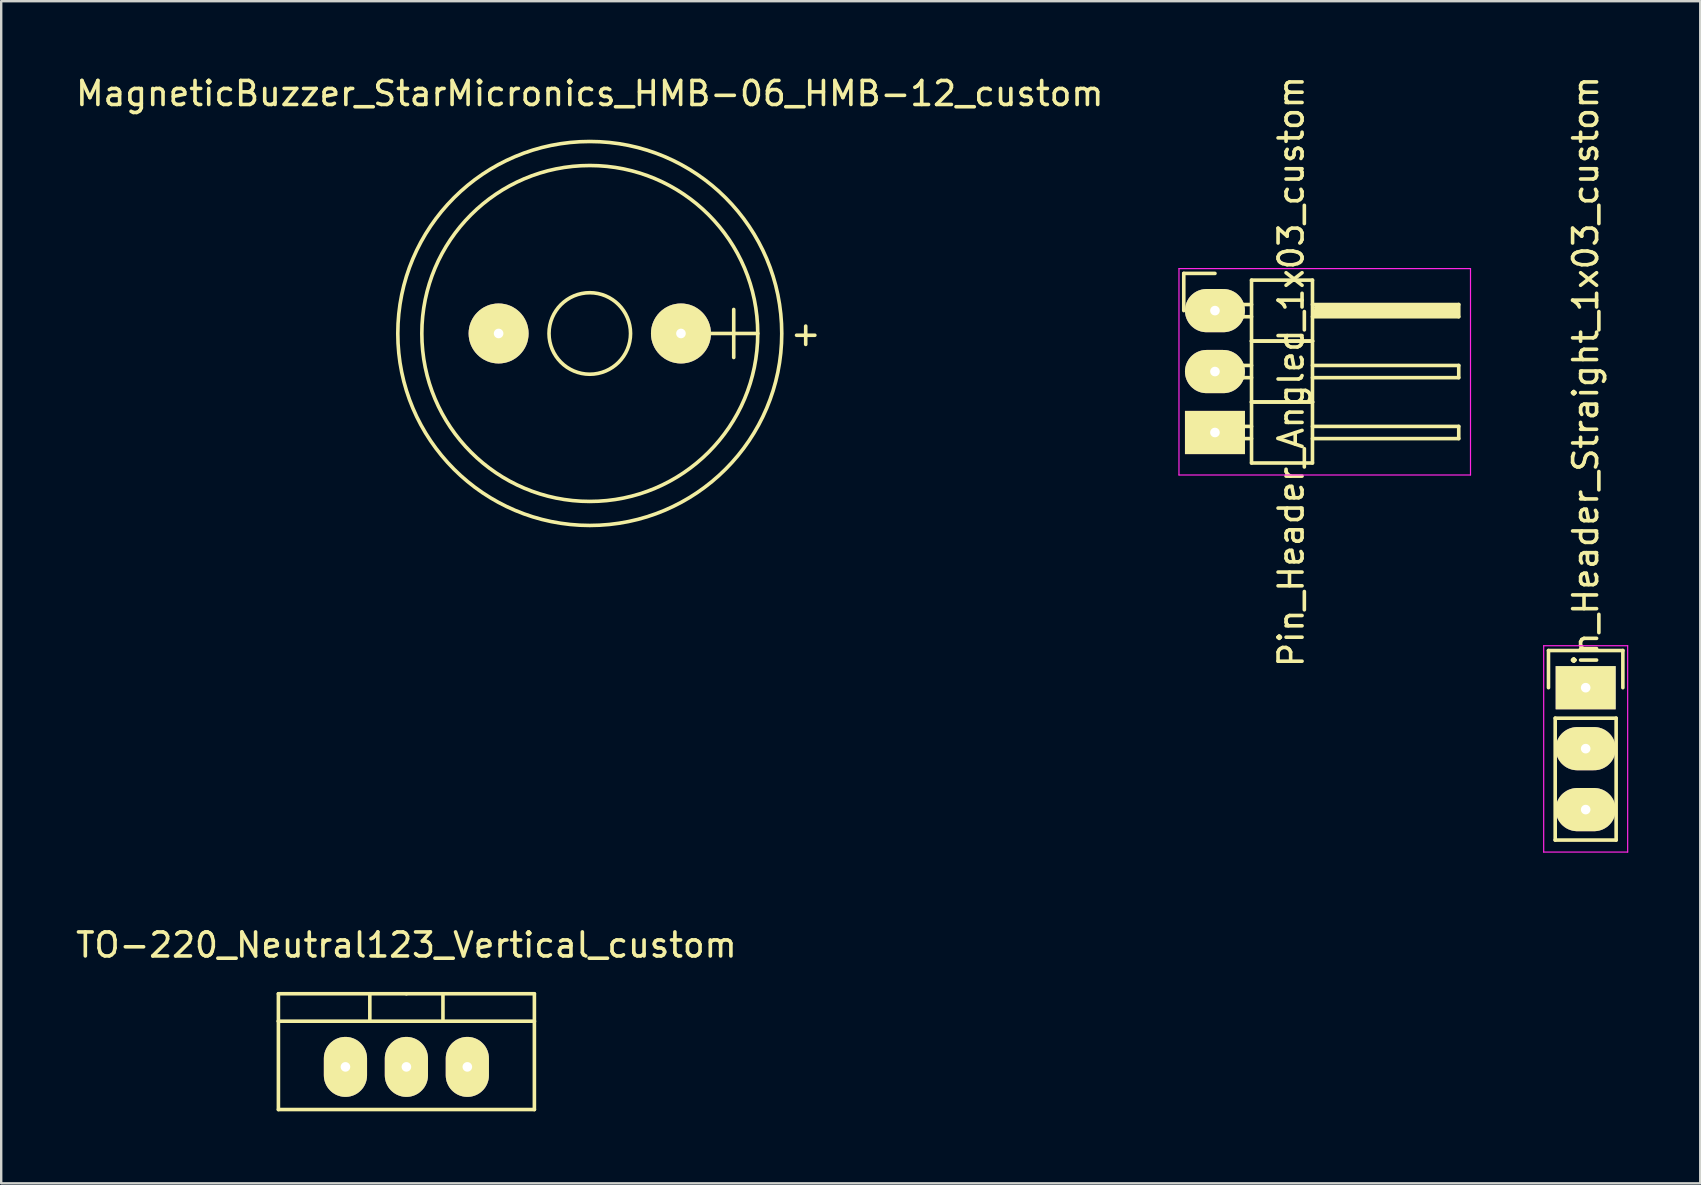
<source format=kicad_pcb>
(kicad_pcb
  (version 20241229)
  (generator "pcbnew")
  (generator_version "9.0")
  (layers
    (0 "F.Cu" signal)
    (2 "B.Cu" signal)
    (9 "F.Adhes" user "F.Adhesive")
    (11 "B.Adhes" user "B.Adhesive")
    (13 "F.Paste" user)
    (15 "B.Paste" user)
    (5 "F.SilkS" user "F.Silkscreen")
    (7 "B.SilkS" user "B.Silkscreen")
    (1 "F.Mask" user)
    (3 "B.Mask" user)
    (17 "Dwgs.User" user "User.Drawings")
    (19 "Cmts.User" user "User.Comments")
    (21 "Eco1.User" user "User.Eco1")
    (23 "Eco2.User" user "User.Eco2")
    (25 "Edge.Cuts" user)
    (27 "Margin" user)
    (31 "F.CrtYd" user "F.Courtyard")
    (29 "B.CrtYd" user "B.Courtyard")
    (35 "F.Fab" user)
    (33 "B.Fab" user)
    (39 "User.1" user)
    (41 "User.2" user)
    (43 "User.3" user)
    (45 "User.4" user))
  (footprint "Pin_Header_Angled_1x03_custom"
    (layer "F.Cu")
    (at 47.585 9.895)
    (property "Reference" "Pin_Header_Angled_1x03_custom" (at 3.175 2.54 270) (layer "F.SilkS") (effects (font (size 1 1) (thickness 0.15))))
    (attr through_hole)
    (fp_line (start -1.3 -1.55) (end -1.3 0) (stroke (width 0.15) (type solid)) (layer "F.SilkS"))
    (fp_line (start 0 -1.55) (end -1.3 -1.55) (stroke (width 0.15) (type solid)) (layer "F.SilkS"))
    (fp_line (start 1.524 -1.27) (end 1.524 1.27) (stroke (width 0.15) (type solid)) (layer "F.SilkS"))
    (fp_line (start 1.524 -1.27) (end 4.064 -1.27) (stroke (width 0.15) (type solid)) (layer "F.SilkS"))
    (fp_line (start 1.524 -0.254) (end 1.143 -0.254) (stroke (width 0.15) (type solid)) (layer "F.SilkS"))
    (fp_line (start 1.524 0.254) (end 1.143 0.254) (stroke (width 0.15) (type solid)) (layer "F.SilkS"))
    (fp_line (start 1.524 1.27) (end 1.524 3.81) (stroke (width 0.15) (type solid)) (layer "F.SilkS"))
    (fp_line (start 1.524 1.27) (end 4.064 1.27) (stroke (width 0.15) (type solid)) (layer "F.SilkS"))
    (fp_line (start 1.524 1.27) (end 4.064 1.27) (stroke (width 0.15) (type solid)) (layer "F.SilkS"))
    (fp_line (start 1.524 2.286) (end 1.143 2.286) (stroke (width 0.15) (type solid)) (layer "F.SilkS"))
    (fp_line (start 1.524 2.794) (end 1.143 2.794) (stroke (width 0.15) (type solid)) (layer "F.SilkS"))
    (fp_line (start 1.524 3.81) (end 1.524 6.35) (stroke (width 0.15) (type solid)) (layer "F.SilkS"))
    (fp_line (start 1.524 3.81) (end 4.064 3.81) (stroke (width 0.15) (type solid)) (layer "F.SilkS"))
    (fp_line (start 1.524 3.81) (end 4.064 3.81) (stroke (width 0.15) (type solid)) (layer "F.SilkS"))
    (fp_line (start 1.524 4.826) (end 1.143 4.826) (stroke (width 0.15) (type solid)) (layer "F.SilkS"))
    (fp_line (start 1.524 5.334) (end 1.143 5.334) (stroke (width 0.15) (type solid)) (layer "F.SilkS"))
    (fp_line (start 1.524 6.35) (end 4.064 6.35) (stroke (width 0.15) (type solid)) (layer "F.SilkS"))
    (fp_line (start 4.064 -0.254) (end 10.16 -0.254) (stroke (width 0.15) (type solid)) (layer "F.SilkS"))
    (fp_line (start 4.064 1.27) (end 4.064 -1.27) (stroke (width 0.15) (type solid)) (layer "F.SilkS"))
    (fp_line (start 4.064 2.286) (end 10.16 2.286) (stroke (width 0.15) (type solid)) (layer "F.SilkS"))
    (fp_line (start 4.064 3.81) (end 4.064 1.27) (stroke (width 0.15) (type solid)) (layer "F.SilkS"))
    (fp_line (start 4.064 4.826) (end 10.16 4.826) (stroke (width 0.15) (type solid)) (layer "F.SilkS"))
    (fp_line (start 4.064 6.35) (end 4.064 3.81) (stroke (width 0.15) (type solid)) (layer "F.SilkS"))
    (fp_line (start 4.191 -0.127) (end 10.033 -0.127) (stroke (width 0.15) (type solid)) (layer "F.SilkS"))
    (fp_line (start 4.191 0) (end 10.033 0) (stroke (width 0.15) (type solid)) (layer "F.SilkS"))
    (fp_line (start 4.191 0.127) (end 4.191 0) (stroke (width 0.15) (type solid)) (layer "F.SilkS"))
    (fp_line (start 10.033 -0.127) (end 10.033 0.127) (stroke (width 0.15) (type solid)) (layer "F.SilkS"))
    (fp_line (start 10.033 0.127) (end 4.191 0.127) (stroke (width 0.15) (type solid)) (layer "F.SilkS"))
    (fp_line (start 10.16 -0.254) (end 10.16 0.254) (stroke (width 0.15) (type solid)) (layer "F.SilkS"))
    (fp_line (start 10.16 0.254) (end 4.064 0.254) (stroke (width 0.15) (type solid)) (layer "F.SilkS"))
    (fp_line (start 10.16 2.286) (end 10.16 2.794) (stroke (width 0.15) (type solid)) (layer "F.SilkS"))
    (fp_line (start 10.16 2.794) (end 4.064 2.794) (stroke (width 0.15) (type solid)) (layer "F.SilkS"))
    (fp_line (start 10.16 4.826) (end 10.16 5.334) (stroke (width 0.15) (type solid)) (layer "F.SilkS"))
    (fp_line (start 10.16 5.334) (end 4.064 5.334) (stroke (width 0.15) (type solid)) (layer "F.SilkS"))
    (fp_line (start -1.5 -1.75) (end -1.5 6.85) (stroke (width 0.05) (type solid)) (layer "F.CrtYd"))
    (fp_line (start -1.5 -1.75) (end 10.65 -1.75) (stroke (width 0.05) (type solid)) (layer "F.CrtYd"))
    (fp_line (start -1.5 6.85) (end 10.65 6.85) (stroke (width 0.05) (type solid)) (layer "F.CrtYd"))
    (fp_line (start 10.65 -1.75) (end 10.65 6.85) (stroke (width 0.05) (type solid)) (layer "F.CrtYd"))
    (pad "1" thru_hole rect (at 0 5.08) (size 2.5 1.8) (drill 0.4) (layers "*.Cu" "*.Mask" "F.SilkS"))
    (pad "2" thru_hole oval (at 0 2.54) (size 2.5 1.8) (drill 0.4) (layers "*.Cu" "*.Mask" "F.SilkS"))
    (pad "3" thru_hole oval (at 0 0) (size 2.5 1.8) (drill 0.4) (layers "*.Cu" "*.Mask" "F.SilkS")))
  (footprint "MagneticBuzzer_StarMicronics_HMB-06_HMB-12_custom"
    (layer "F.Cu")
    (at 17.72 10.848)
    (property "Reference" "MagneticBuzzer_StarMicronics_HMB-06_HMB-12_custom" (at 3.81 -10 0) (layer "F.SilkS") (effects (font (size 1 1) (thickness 0.15))))
    (attr through_hole)
    (fp_line (start 8.811 0) (end 10.81 0) (stroke (width 0.15) (type solid)) (layer "F.SilkS"))
    (fp_line (start 9.809 -1.001) (end 9.809 1.001) (stroke (width 0.15) (type solid)) (layer "F.SilkS"))
    (fp_circle (center 3.81 0) (end 5.509 0) (stroke (width 0.15) (type solid)) (fill no) (layer "F.SilkS"))
    (fp_circle (center 3.81 0) (end 10.81 0) (stroke (width 0.15) (type solid)) (fill no) (layer "F.SilkS"))
    (fp_circle (center 3.81 0) (end 11.811 0) (stroke (width 0.15) (type solid)) (fill no) (layer "F.SilkS"))
    (fp_text user "+" (at 12.809 0 0) (layer "F.SilkS") (effects (font (size 1 1) (thickness 0.15))))
    (pad "1" thru_hole circle (at 0.01 0) (size 2.5 2.5) (drill 0.4) (layers "*.Cu" "*.Mask" "F.SilkS"))
    (pad "2" thru_hole circle (at 7.61 0) (size 2.5 2.5) (drill 0.4) (layers "*.Cu" "*.Mask" "F.SilkS")))
  (footprint "Pin_Header_Straight_1x03_custom"
    (layer "F.Cu")
    (at 63.035 25.611)
    (property "Reference" "Pin_Header_Straight_1x03_custom" (at 0 -12.7 90) (layer "F.SilkS") (effects (font (size 1 1) (thickness 0.15))))
    (attr through_hole)
    (fp_line (start -1.55 -1.55) (end 1.55 -1.55) (stroke (width 0.15) (type solid)) (layer "F.SilkS"))
    (fp_line (start -1.55 0) (end -1.55 -1.55) (stroke (width 0.15) (type solid)) (layer "F.SilkS"))
    (fp_line (start -1.27 1.27) (end -1.27 6.35) (stroke (width 0.15) (type solid)) (layer "F.SilkS"))
    (fp_line (start -1.27 6.35) (end 1.27 6.35) (stroke (width 0.15) (type solid)) (layer "F.SilkS"))
    (fp_line (start 1.27 1.27) (end -1.27 1.27) (stroke (width 0.15) (type solid)) (layer "F.SilkS"))
    (fp_line (start 1.27 6.35) (end 1.27 1.27) (stroke (width 0.15) (type solid)) (layer "F.SilkS"))
    (fp_line (start 1.55 -1.55) (end 1.55 0) (stroke (width 0.15) (type solid)) (layer "F.SilkS"))
    (fp_line (start -1.75 -1.75) (end -1.75 6.85) (stroke (width 0.05) (type solid)) (layer "F.CrtYd"))
    (fp_line (start -1.75 -1.75) (end 1.75 -1.75) (stroke (width 0.05) (type solid)) (layer "F.CrtYd"))
    (fp_line (start -1.75 6.85) (end 1.75 6.85) (stroke (width 0.05) (type solid)) (layer "F.CrtYd"))
    (fp_line (start 1.75 -1.75) (end 1.75 6.85) (stroke (width 0.05) (type solid)) (layer "F.CrtYd"))
    (pad "1" thru_hole rect (at 0 0) (size 2.5 1.8) (drill 0.4) (layers "*.Cu" "*.Mask" "F.SilkS"))
    (pad "2" thru_hole oval (at 0 2.54) (size 2.5 1.8) (drill 0.4) (layers "*.Cu" "*.Mask" "F.SilkS"))
    (pad "3" thru_hole oval (at 0 5.08) (size 2.5 1.8) (drill 0.4) (layers "*.Cu" "*.Mask" "F.SilkS")))
  (footprint "TO-220_Neutral123_Vertical_custom"
    (layer "F.Cu")
    (at 13.887 41.414)
    (property "Reference" "TO-220_Neutral123_Vertical_custom" (at 0 -5.08 0) (layer "F.SilkS") (effects (font (size 1 1) (thickness 0.15))))
    (attr through_hole)
    (fp_line (start -5.334 -1.905) (end -5.334 -3.048) (stroke (width 0.15) (type solid)) (layer "F.SilkS"))
    (fp_line (start -5.334 1.778) (end -5.334 -1.905) (stroke (width 0.15) (type solid)) (layer "F.SilkS"))
    (fp_line (start -1.524 -3.048) (end -1.524 -1.905) (stroke (width 0.15) (type solid)) (layer "F.SilkS"))
    (fp_line (start 0 -3.048) (end -5.334 -3.048) (stroke (width 0.15) (type solid)) (layer "F.SilkS"))
    (fp_line (start 0 -3.048) (end 5.334 -3.048) (stroke (width 0.15) (type solid)) (layer "F.SilkS"))
    (fp_line (start 1.524 -3.048) (end 1.524 -1.905) (stroke (width 0.15) (type solid)) (layer "F.SilkS"))
    (fp_line (start 5.334 -3.048) (end 5.334 -1.905) (stroke (width 0.15) (type solid)) (layer "F.SilkS"))
    (fp_line (start 5.334 -1.905) (end -5.334 -1.905) (stroke (width 0.15) (type solid)) (layer "F.SilkS"))
    (fp_line (start 5.334 -1.905) (end 5.334 1.778) (stroke (width 0.15) (type solid)) (layer "F.SilkS"))
    (fp_line (start 5.334 1.778) (end -5.334 1.778) (stroke (width 0.15) (type solid)) (layer "F.SilkS"))
    (pad "1" thru_hole oval (at -2.54 0 90) (size 2.5 1.8) (drill 0.4) (layers "*.Cu" "*.Mask" "F.SilkS"))
    (pad "2" thru_hole oval (at 0 0 90) (size 2.5 1.8) (drill 0.4) (layers "*.Cu" "*.Mask" "F.SilkS"))
    (pad "3" thru_hole oval (at 2.54 0 90) (size 2.5 1.8) (drill 0.4) (layers "*.Cu" "*.Mask" "F.SilkS")))
  (gr_rect
    (start -3 -3)
    (end 67.81 46.267)
    (stroke (width 0.1) (type default))
    (fill no)
    (layer "Edge.Cuts")))
</source>
